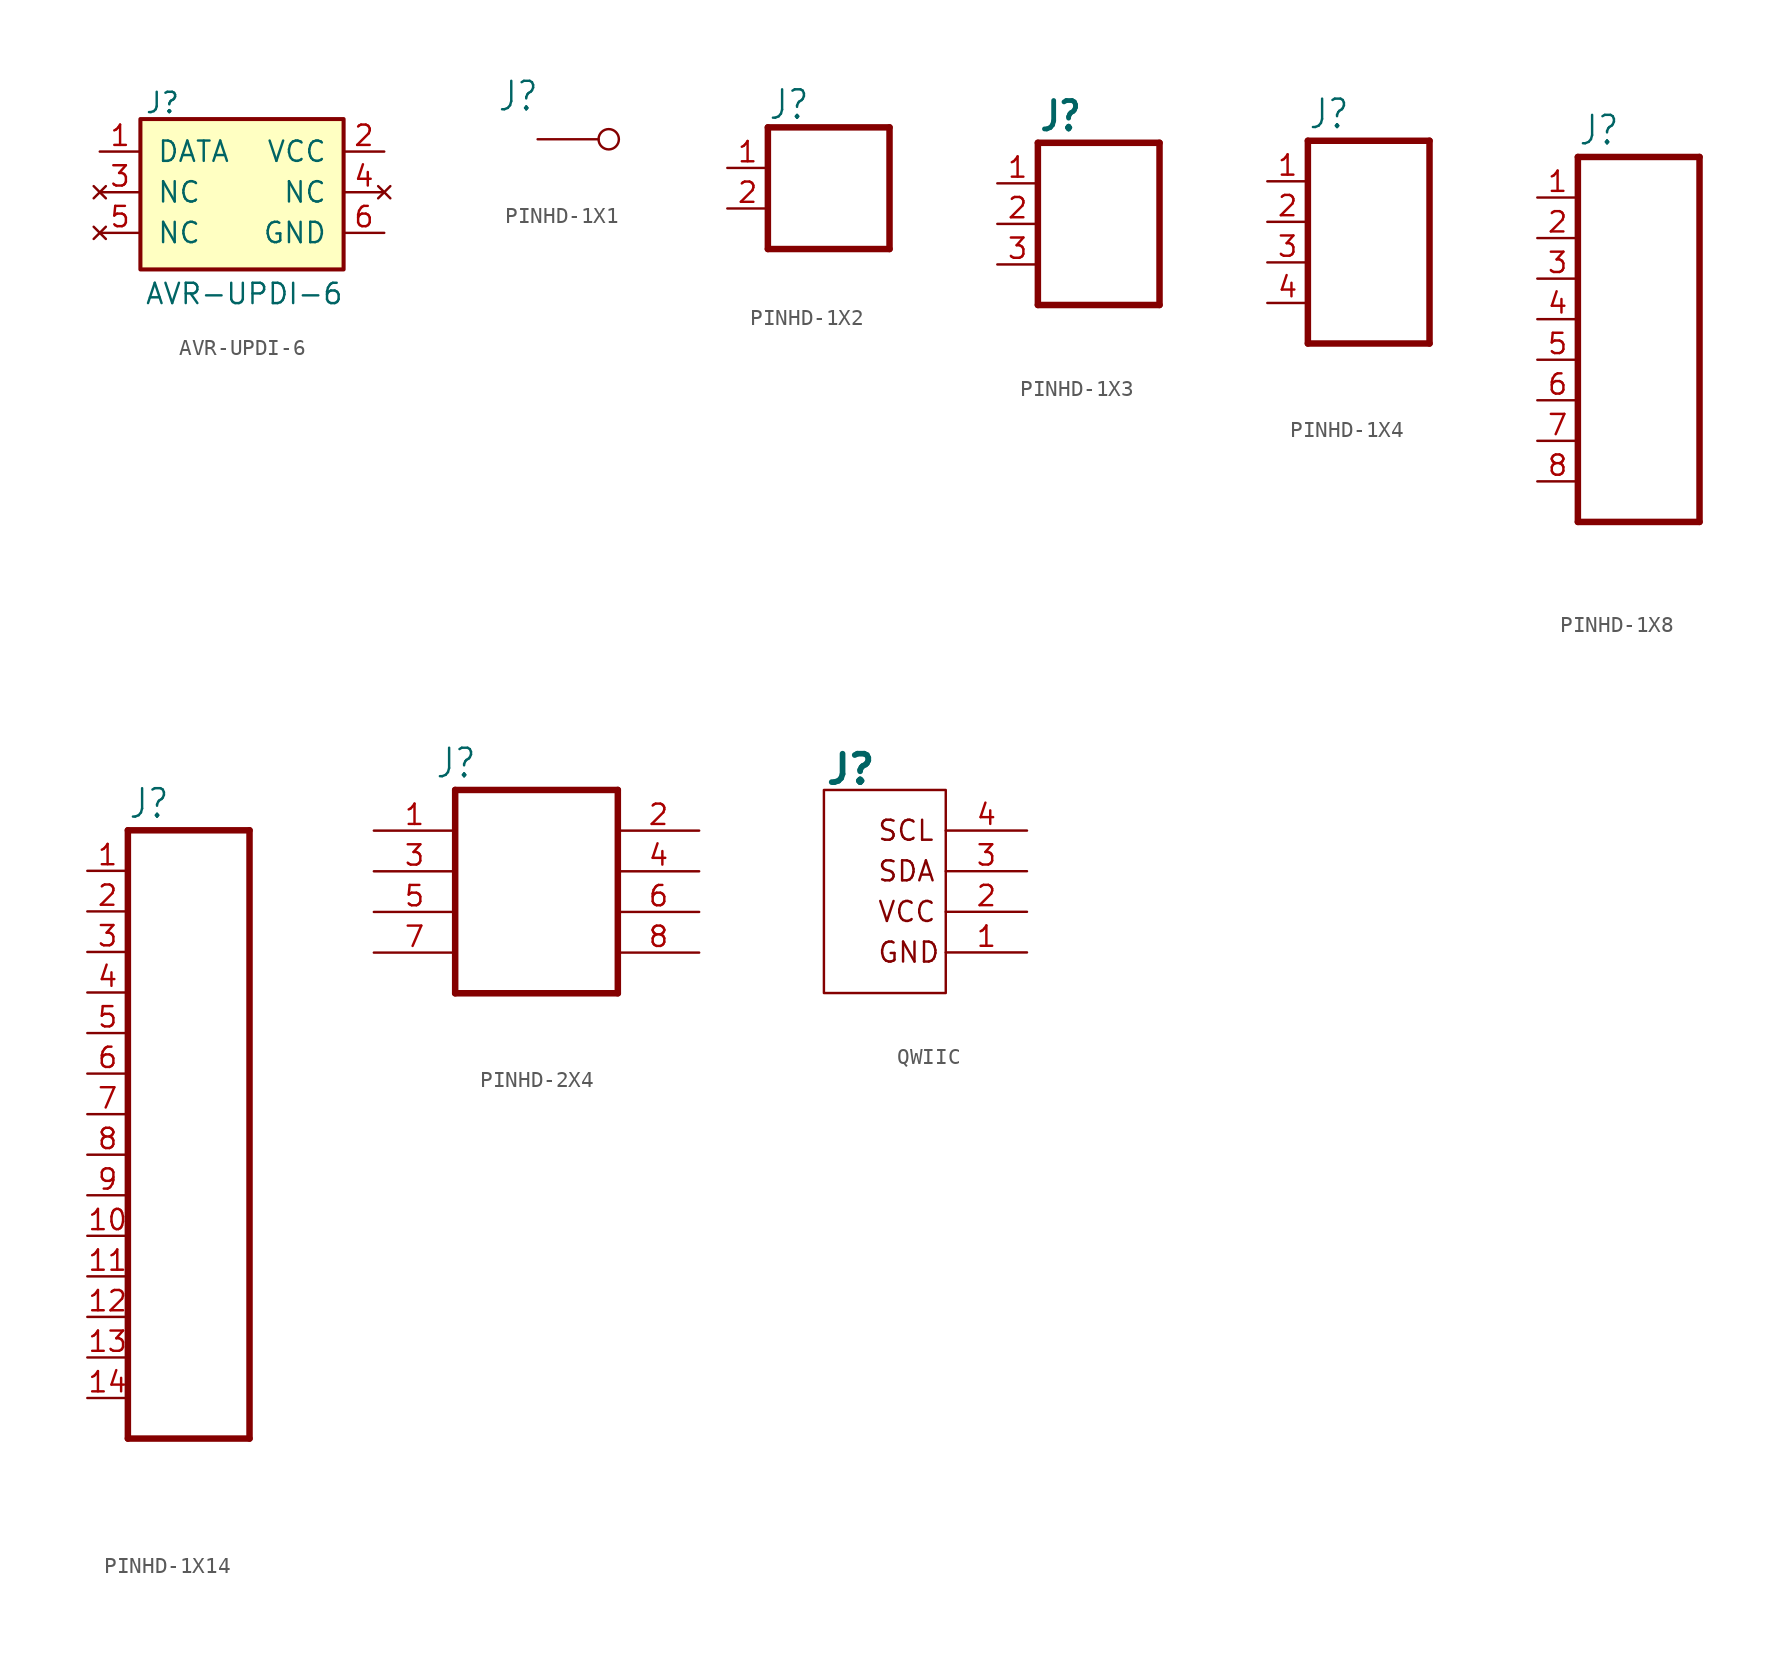
<source format=kicad_sym>
(kicad_symbol_lib
  (version 20241209)
  (generator "kicad_symbol_editor")
  (generator_version "9.0")
  (symbol "AVR-UPDI-6"
    (pin_names
      (offset 1.016))
    (property "Reference" "J"
      (at -6.096 6.858 0)
      (effects (font (size 1.27 1.27)) (justify left)))
    (property "Value" "AVR-UPDI-6"
      (at -6.096 -5.08 0)
      (effects (font (size 1.27 1.27)) (justify left)))
    (symbol "AVR-UPDI-6_0_1"
      (rectangle (start -6.35 5.842) (end 6.35 -3.556) (stroke (width 0.254) (type default)) (fill (type background))))
    (symbol "AVR-UPDI-6_1_1"
      (pin passive line (at -8.89 3.81 0) (length 2.54) (name "DATA" (effects (font (size 1.27 1.27)))) (number "1" (effects (font (size 1.27 1.27)))))
      (pin no_connect line (at -8.89 1.27 0) (length 2.54) (name "NC" (effects (font (size 1.27 1.27)))) (number "3" (effects (font (size 1.27 1.27)))))
      (pin no_connect line (at -8.89 -1.27 0) (length 2.54) (name "NC" (effects (font (size 1.27 1.27)))) (number "5" (effects (font (size 1.27 1.27)))))
      (pin passive line (at 8.89 3.81 180) (length 2.54) (name "VCC" (effects (font (size 1.27 1.27)))) (number "2" (effects (font (size 1.27 1.27)))))
      (pin no_connect line (at 8.89 1.27 180) (length 2.54) (name "NC" (effects (font (size 1.27 1.27)))) (number "4" (effects (font (size 1.27 1.27)))))
      (pin passive line (at 8.89 -1.27 180) (length 2.54) (name "GND" (effects (font (size 1.27 1.27)))) (number "6" (effects (font (size 1.27 1.27)))))))
  (symbol "PINHD-1X1"
    (property "Reference" "J"
      (at 0 1.651 0)
      (effects (font (size 1.778 1.511)) (justify left bottom)))
    (property "Value" ""
      (at 0 -3.048 0)
      (effects (font (size 1.778 1.511)) (justify left bottom)))
    (property "ki_locked" ""
      (at 0 0 0)
      (effects (font (size 1.27 1.27))))
    (symbol "PINHD-1X1_1_0"
      (pin passive inverted (at 2.54 0 0) (length 5.08) (name "1" (effects (font (size 0 0)))) (number "1" (effects (font (size 0 0)))))))
  (symbol "PINHD-1X2"
    (property "Reference" "J"
      (at 0 0.381 0)
      (effects (font (size 1.778 1.511)) (justify left bottom)))
    (property "Value" ""
      (at 0 -9.652 0)
      (effects (font (size 1.778 1.511)) (justify left bottom)))
    (property "ki_locked" ""
      (at 0 0 0)
      (effects (font (size 1.27 1.27))))
    (symbol "PINHD-1X2_1_0"
      (polyline (pts (xy 0 0) (xy 0 -7.62)) (stroke (width 0.406) (type solid)) (fill (type none)))
      (polyline (pts (xy 0 -7.62) (xy 7.62 -7.62)) (stroke (width 0.406) (type solid)) (fill (type none)))
      (polyline (pts (xy 7.62 0) (xy 0 0)) (stroke (width 0.406) (type solid)) (fill (type none)))
      (polyline (pts (xy 7.62 -7.62) (xy 7.62 0)) (stroke (width 0.406) (type solid)) (fill (type none)))
      (pin passive line (at -2.54 -2.54 0) (length 2.54) (name "1" (effects (font (size 0 0)))) (number "1" (effects (font (size 1.27 1.27)))))
      (pin passive line (at -2.54 -5.08 0) (length 2.54) (name "2" (effects (font (size 0 0)))) (number "2" (effects (font (size 1.27 1.27)))))))
  (symbol "PINHD-1X3"
    (property "Reference" "J"
      (at 0 0.635 0)
      (effects (font (size 1.778 1.511) (thickness 0.302) (bold yes)) (justify left bottom)))
    (property "Value" ""
      (at 0 -12.7 0)
      (effects (font (size 1.778 1.511) (thickness 0.302) (bold yes)) (justify left bottom)))
    (property "ki_locked" ""
      (at 0 0 0)
      (effects (font (size 1.27 1.27))))
    (symbol "PINHD-1X3_1_0"
      (polyline (pts (xy 0 0) (xy 0 -10.16)) (stroke (width 0.406) (type solid)) (fill (type none)))
      (polyline (pts (xy 0 -10.16) (xy 7.62 -10.16)) (stroke (width 0.406) (type solid)) (fill (type none)))
      (polyline (pts (xy 7.62 0) (xy 0 0)) (stroke (width 0.406) (type solid)) (fill (type none)))
      (polyline (pts (xy 7.62 -10.16) (xy 7.62 0)) (stroke (width 0.406) (type solid)) (fill (type none)))
      (pin passive line (at -2.54 -2.54 0) (length 2.54) (name "1" (effects (font (size 0 0)))) (number "1" (effects (font (size 1.27 1.27)))))
      (pin passive line (at -2.54 -5.08 0) (length 2.54) (name "2" (effects (font (size 0 0)))) (number "2" (effects (font (size 1.27 1.27)))))
      (pin passive line (at -2.54 -7.62 0) (length 2.54) (name "3" (effects (font (size 0 0)))) (number "3" (effects (font (size 1.27 1.27)))))))
  (symbol "PINHD-1X4"
    (property "Reference" "J"
      (at 0 0.635 0)
      (effects (font (size 1.778 1.511)) (justify left bottom)))
    (property "Value" ""
      (at 0 -15.24 0)
      (effects (font (size 1.778 1.511)) (justify left bottom)))
    (property "ki_locked" ""
      (at 0 0 0)
      (effects (font (size 1.27 1.27))))
    (symbol "PINHD-1X4_1_0"
      (polyline (pts (xy 0 0) (xy 0 -12.7)) (stroke (width 0.406) (type solid)) (fill (type none)))
      (polyline (pts (xy 0 -12.7) (xy 7.62 -12.7)) (stroke (width 0.406) (type solid)) (fill (type none)))
      (polyline (pts (xy 7.62 0) (xy 0 0)) (stroke (width 0.406) (type solid)) (fill (type none)))
      (polyline (pts (xy 7.62 -12.7) (xy 7.62 0)) (stroke (width 0.406) (type solid)) (fill (type none)))
      (pin passive line (at -2.54 -2.54 0) (length 2.54) (name "1" (effects (font (size 0 0)))) (number "1" (effects (font (size 1.27 1.27)))))
      (pin passive line (at -2.54 -5.08 0) (length 2.54) (name "2" (effects (font (size 0 0)))) (number "2" (effects (font (size 1.27 1.27)))))
      (pin passive line (at -2.54 -7.62 0) (length 2.54) (name "3" (effects (font (size 0 0)))) (number "3" (effects (font (size 1.27 1.27)))))
      (pin passive line (at -2.54 -10.16 0) (length 2.54) (name "4" (effects (font (size 0 0)))) (number "4" (effects (font (size 1.27 1.27)))))))
  (symbol "PINHD-1X8"
    (property "Reference" "J"
      (at 0 0.635 0)
      (effects (font (size 1.778 1.511)) (justify left bottom)))
    (property "Value" ""
      (at 0 -25.4 0)
      (effects (font (size 1.778 1.511)) (justify left bottom)))
    (property "ki_locked" ""
      (at 0 0 0)
      (effects (font (size 1.27 1.27))))
    (symbol "PINHD-1X8_1_0"
      (polyline (pts (xy 0 0) (xy 0 -22.86)) (stroke (width 0.406) (type solid)) (fill (type none)))
      (polyline (pts (xy 0 -22.86) (xy 7.62 -22.86)) (stroke (width 0.406) (type solid)) (fill (type none)))
      (polyline (pts (xy 7.62 0) (xy 0 0)) (stroke (width 0.406) (type solid)) (fill (type none)))
      (polyline (pts (xy 7.62 -22.86) (xy 7.62 0)) (stroke (width 0.406) (type solid)) (fill (type none)))
      (pin passive line (at -2.54 -2.54 0) (length 2.54) (name "1" (effects (font (size 0 0)))) (number "1" (effects (font (size 1.27 1.27)))))
      (pin passive line (at -2.54 -5.08 0) (length 2.54) (name "2" (effects (font (size 0 0)))) (number "2" (effects (font (size 1.27 1.27)))))
      (pin passive line (at -2.54 -7.62 0) (length 2.54) (name "3" (effects (font (size 0 0)))) (number "3" (effects (font (size 1.27 1.27)))))
      (pin passive line (at -2.54 -10.16 0) (length 2.54) (name "4" (effects (font (size 0 0)))) (number "4" (effects (font (size 1.27 1.27)))))
      (pin passive line (at -2.54 -12.7 0) (length 2.54) (name "5" (effects (font (size 0 0)))) (number "5" (effects (font (size 1.27 1.27)))))
      (pin passive line (at -2.54 -15.24 0) (length 2.54) (name "6" (effects (font (size 0 0)))) (number "6" (effects (font (size 1.27 1.27)))))
      (pin passive line (at -2.54 -17.78 0) (length 2.54) (name "7" (effects (font (size 0 0)))) (number "7" (effects (font (size 1.27 1.27)))))
      (pin passive line (at -2.54 -20.32 0) (length 2.54) (name "8" (effects (font (size 0 0)))) (number "8" (effects (font (size 1.27 1.27)))))))
  (symbol "PINHD-1X14"
    (property "Reference" "J"
      (at 0 0.635 0)
      (effects (font (size 1.778 1.511)) (justify left bottom)))
    (property "Value" ""
      (at 0 -40.64 0)
      (effects (font (size 1.778 1.511)) (justify left bottom)))
    (property "ki_locked" ""
      (at 0 0 0)
      (effects (font (size 1.27 1.27))))
    (symbol "PINHD-1X14_1_0"
      (polyline (pts (xy 0 0) (xy 0 -38.1)) (stroke (width 0.406) (type solid)) (fill (type none)))
      (polyline (pts (xy 0 -38.1) (xy 7.62 -38.1)) (stroke (width 0.406) (type solid)) (fill (type none)))
      (polyline (pts (xy 7.62 0) (xy 0 0)) (stroke (width 0.406) (type solid)) (fill (type none)))
      (polyline (pts (xy 7.62 -38.1) (xy 7.62 0)) (stroke (width 0.406) (type solid)) (fill (type none)))
      (pin passive line (at -2.54 -2.54 0) (length 2.54) (name "1" (effects (font (size 0 0)))) (number "1" (effects (font (size 1.27 1.27)))))
      (pin passive line (at -2.54 -5.08 0) (length 2.54) (name "2" (effects (font (size 0 0)))) (number "2" (effects (font (size 1.27 1.27)))))
      (pin passive line (at -2.54 -7.62 0) (length 2.54) (name "3" (effects (font (size 0 0)))) (number "3" (effects (font (size 1.27 1.27)))))
      (pin passive line (at -2.54 -10.16 0) (length 2.54) (name "4" (effects (font (size 0 0)))) (number "4" (effects (font (size 1.27 1.27)))))
      (pin passive line (at -2.54 -12.7 0) (length 2.54) (name "5" (effects (font (size 0 0)))) (number "5" (effects (font (size 1.27 1.27)))))
      (pin passive line (at -2.54 -15.24 0) (length 2.54) (name "6" (effects (font (size 0 0)))) (number "6" (effects (font (size 1.27 1.27)))))
      (pin passive line (at -2.54 -17.78 0) (length 2.54) (name "7" (effects (font (size 0 0)))) (number "7" (effects (font (size 1.27 1.27)))))
      (pin passive line (at -2.54 -20.32 0) (length 2.54) (name "8" (effects (font (size 0 0)))) (number "8" (effects (font (size 1.27 1.27)))))
      (pin passive line (at -2.54 -22.86 0) (length 2.54) (name "9" (effects (font (size 0 0)))) (number "9" (effects (font (size 1.27 1.27)))))
      (pin passive line (at -2.54 -25.4 0) (length 2.54) (name "10" (effects (font (size 0 0)))) (number "10" (effects (font (size 1.27 1.27)))))
      (pin passive line (at -2.54 -27.94 0) (length 2.54) (name "11" (effects (font (size 0 0)))) (number "11" (effects (font (size 1.27 1.27)))))
      (pin passive line (at -2.54 -30.48 0) (length 2.54) (name "12" (effects (font (size 0 0)))) (number "12" (effects (font (size 1.27 1.27)))))
      (pin passive line (at -2.54 -33.02 0) (length 2.54) (name "13" (effects (font (size 0 0)))) (number "13" (effects (font (size 1.27 1.27)))))
      (pin passive line (at -2.54 -35.56 0) (length 2.54) (name "14" (effects (font (size 0 0)))) (number "14" (effects (font (size 1.27 1.27)))))))
  (symbol "PINHD-2X4"
    (property "Reference" "J"
      (at -6.35 8.255 0)
      (effects (font (size 1.778 1.511)) (justify left bottom)))
    (property "Value" ""
      (at -6.35 -7.62 0)
      (effects (font (size 1.778 1.511)) (justify left bottom)))
    (property "ki_locked" ""
      (at 0 0 0)
      (effects (font (size 1.27 1.27))))
    (symbol "PINHD-2X4_1_0"
      (polyline (pts (xy -5.08 7.62) (xy -5.08 -5.08)) (stroke (width 0.406) (type solid)) (fill (type none)))
      (polyline (pts (xy -5.08 -5.08) (xy 5.08 -5.08)) (stroke (width 0.406) (type solid)) (fill (type none)))
      (polyline (pts (xy 5.08 7.62) (xy -5.08 7.62)) (stroke (width 0.406) (type solid)) (fill (type none)))
      (polyline (pts (xy 5.08 -5.08) (xy 5.08 7.62)) (stroke (width 0.406) (type solid)) (fill (type none)))
      (pin passive line (at -10.16 5.08 0) (length 5.08) (name "1" (effects (font (size 0 0)))) (number "1" (effects (font (size 1.27 1.27)))))
      (pin passive line (at -10.16 2.54 0) (length 5.08) (name "3" (effects (font (size 0 0)))) (number "3" (effects (font (size 1.27 1.27)))))
      (pin passive line (at -10.16 0 0) (length 5.08) (name "5" (effects (font (size 0 0)))) (number "5" (effects (font (size 1.27 1.27)))))
      (pin passive line (at -10.16 -2.54 0) (length 5.08) (name "7" (effects (font (size 0 0)))) (number "7" (effects (font (size 1.27 1.27)))))
      (pin passive line (at 10.16 5.08 180) (length 5.08) (name "2" (effects (font (size 0 0)))) (number "2" (effects (font (size 1.27 1.27)))))
      (pin passive line (at 10.16 2.54 180) (length 5.08) (name "4" (effects (font (size 0 0)))) (number "4" (effects (font (size 1.27 1.27)))))
      (pin passive line (at 10.16 0 180) (length 5.08) (name "6" (effects (font (size 0 0)))) (number "6" (effects (font (size 1.27 1.27)))))
      (pin passive line (at 10.16 -2.54 180) (length 5.08) (name "8" (effects (font (size 0 0)))) (number "8" (effects (font (size 1.27 1.27)))))))
  (symbol "QWIIC"
    (property "Reference" "J"
      (at 0 0.254 0)
      (effects (font (size 1.778 1.778) (thickness 0.356) (bold yes)) (justify left bottom)))
    (property "Value" ""
      (at 0 -12.954 0)
      (effects (font (size 1.778 1.778) (thickness 0.356) (bold yes)) (justify left top)))
    (symbol "QWIIC_0_1"
      (rectangle (start 0 0) (end 7.62 -12.7) (stroke (width 0) (type default)) (fill (type none))))
    (symbol "QWIIC_1_0"
      (text "SCL" (at 3.302 -2.54 0) (effects (font (size 1.25 1.25)) (justify left)))
      (text "SDA" (at 3.302 -5.08 0) (effects (font (size 1.25 1.25)) (justify left)))
      (text "VCC" (at 3.302 -7.62 0) (effects (font (size 1.25 1.25)) (justify left)))
      (text "GND" (at 3.302 -10.16 0) (effects (font (size 1.25 1.25)) (justify left)))
      (pin passive line (at 12.7 -2.54 180) (length 5.08) (name "4" (effects (font (size 0 0)))) (number "4" (effects (font (size 1.27 1.27)))))
      (pin passive line (at 12.7 -5.08 180) (length 5.08) (name "3" (effects (font (size 0 0)))) (number "3" (effects (font (size 1.27 1.27)))))
      (pin power_in line (at 12.7 -7.62 180) (length 5.08) (name "2" (effects (font (size 0 0)))) (number "2" (effects (font (size 1.27 1.27)))))
      (pin power_in line (at 12.7 -10.16 180) (length 5.08) (name "1" (effects (font (size 0 0)))) (number "1" (effects (font (size 1.27 1.27))))))))
</source>
